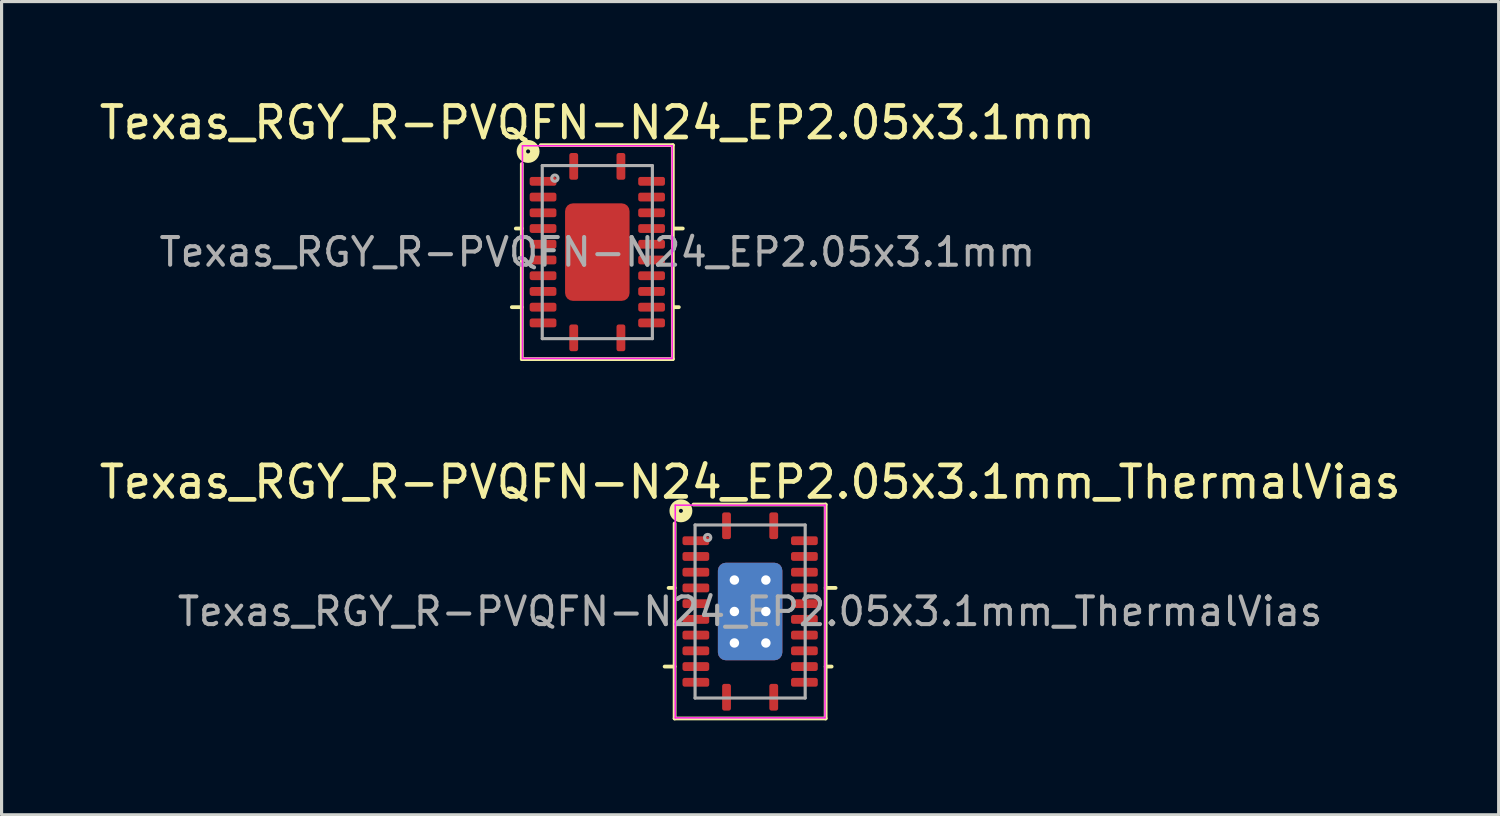
<source format=kicad_pcb>
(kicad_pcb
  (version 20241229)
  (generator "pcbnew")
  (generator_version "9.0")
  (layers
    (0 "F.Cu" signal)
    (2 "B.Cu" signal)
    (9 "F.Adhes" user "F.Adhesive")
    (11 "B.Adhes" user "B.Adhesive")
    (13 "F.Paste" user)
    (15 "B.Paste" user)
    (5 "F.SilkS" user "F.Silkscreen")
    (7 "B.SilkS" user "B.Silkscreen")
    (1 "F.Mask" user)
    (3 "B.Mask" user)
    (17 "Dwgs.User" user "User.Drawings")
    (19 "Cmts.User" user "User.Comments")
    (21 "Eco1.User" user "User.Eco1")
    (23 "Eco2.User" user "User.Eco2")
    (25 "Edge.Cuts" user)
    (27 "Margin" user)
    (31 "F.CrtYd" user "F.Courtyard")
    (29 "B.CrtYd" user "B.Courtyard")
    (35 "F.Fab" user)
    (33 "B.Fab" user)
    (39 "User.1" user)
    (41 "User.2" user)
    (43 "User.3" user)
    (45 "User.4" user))
  (footprint "Texas_RGY_R-PVQFN-N24_EP2.05x3.1mm_ThermalVias"
    (layer "F.Cu")
    (at 20.792 16.386)
    (property "Reference" "Texas_RGY_R-PVQFN-N24_EP2.05x3.1mm_ThermalVias" (at 0 -4.114 0) (layer "F.SilkS") (effects (font (size 1 1) (thickness 0.15))))
    (attr smd)
    (fp_line (start -2.4 -2.8) (end -2.4 3.4) (stroke (width 0.12) (type solid)) (layer "F.SilkS"))
    (fp_line (start -2.4 -0.75) (end -2.591 -0.75) (stroke (width 0.12) (type solid)) (layer "F.SilkS"))
    (fp_line (start -2.4 1.75) (end -2.717 1.75) (stroke (width 0.12) (type solid)) (layer "F.SilkS"))
    (fp_line (start -2.4 3.4) (end 2.4 3.4) (stroke (width 0.12) (type solid)) (layer "F.SilkS"))
    (fp_line (start 2.4 -3.4) (end -1.8 -3.4) (stroke (width 0.12) (type solid)) (layer "F.SilkS"))
    (fp_line (start 2.4 -0.75) (end 2.717 -0.75) (stroke (width 0.12) (type solid)) (layer "F.SilkS"))
    (fp_line (start 2.4 1.75) (end 2.591 1.75) (stroke (width 0.12) (type solid)) (layer "F.SilkS"))
    (fp_line (start 2.4 3.4) (end 2.4 -3.4) (stroke (width 0.12) (type solid)) (layer "F.SilkS"))
    (fp_circle (center -2.2 -3.2) (end -2.136 -3.2) (stroke (width 0.3) (type solid)) (fill no) (layer "F.SilkS"))
    (fp_line (start -2.38 -3.38) (end -2.38 3.38) (stroke (width 0.05) (type solid)) (layer "F.CrtYd"))
    (fp_line (start -2.38 3.38) (end 2.38 3.38) (stroke (width 0.05) (type solid)) (layer "F.CrtYd"))
    (fp_line (start 2.38 -3.38) (end -2.38 -3.38) (stroke (width 0.05) (type solid)) (layer "F.CrtYd"))
    (fp_line (start 2.38 3.38) (end 2.38 -3.38) (stroke (width 0.05) (type solid)) (layer "F.CrtYd"))
    (fp_line (start -1.75 -2.75) (end 1.75 -2.75) (stroke (width 0.1) (type solid)) (layer "F.Fab"))
    (fp_line (start -1.75 2.75) (end -1.75 -2.75) (stroke (width 0.1) (type solid)) (layer "F.Fab"))
    (fp_line (start 1.75 -2.75) (end 1.75 2.75) (stroke (width 0.1) (type solid)) (layer "F.Fab"))
    (fp_line (start 1.75 2.75) (end -1.75 2.75) (stroke (width 0.1) (type solid)) (layer "F.Fab"))
    (fp_circle (center -1.35 -2.35) (end -1.25 -2.35) (stroke (width 0.1) (type solid)) (fill no) (layer "F.Fab"))
    (fp_text user "${REFERENCE}" (at 0 0 0) (layer "F.Fab") (effects (font (size 0.88 0.88) (thickness 0.13))))
    (pad "" smd roundrect (at -0.56 -0.81) (size 0.82 1.32) (layers "F.Paste") (roundrect_rratio 0.25))
    (pad "" smd roundrect (at -0.56 0.81) (size 0.82 1.32) (layers "F.Paste") (roundrect_rratio 0.25))
    (pad "" smd roundrect (at 0.56 -0.81) (size 0.82 1.32) (layers "F.Paste") (roundrect_rratio 0.25))
    (pad "" smd roundrect (at 0.56 0.81) (size 0.82 1.32) (layers "F.Paste") (roundrect_rratio 0.25))
    (pad "1" smd roundrect (at -0.75 -2.725) (size 0.28 0.85) (layers "F.Cu" "F.Mask" "F.Paste") (roundrect_rratio 0.25))
    (pad "2" smd roundrect (at -1.725 -2.25) (size 0.85 0.28) (layers "F.Cu" "F.Mask" "F.Paste") (roundrect_rratio 0.25))
    (pad "3" smd roundrect (at -1.725 -1.75) (size 0.85 0.28) (layers "F.Cu" "F.Mask" "F.Paste") (roundrect_rratio 0.25))
    (pad "4" smd roundrect (at -1.725 -1.25) (size 0.85 0.28) (layers "F.Cu" "F.Mask" "F.Paste") (roundrect_rratio 0.25))
    (pad "5" smd roundrect (at -1.725 -0.75) (size 0.85 0.28) (layers "F.Cu" "F.Mask" "F.Paste") (roundrect_rratio 0.25))
    (pad "6" smd roundrect (at -1.725 -0.25) (size 0.85 0.28) (layers "F.Cu" "F.Mask" "F.Paste") (roundrect_rratio 0.25))
    (pad "7" smd roundrect (at -1.725 0.25) (size 0.85 0.28) (layers "F.Cu" "F.Mask" "F.Paste") (roundrect_rratio 0.25))
    (pad "8" smd roundrect (at -1.725 0.75) (size 0.85 0.28) (layers "F.Cu" "F.Mask" "F.Paste") (roundrect_rratio 0.25))
    (pad "9" smd roundrect (at -1.725 1.25) (size 0.85 0.28) (layers "F.Cu" "F.Mask" "F.Paste") (roundrect_rratio 0.25))
    (pad "10" smd roundrect (at -1.725 1.75) (size 0.85 0.28) (layers "F.Cu" "F.Mask" "F.Paste") (roundrect_rratio 0.25))
    (pad "11" smd roundrect (at -1.725 2.25) (size 0.85 0.28) (layers "F.Cu" "F.Mask" "F.Paste") (roundrect_rratio 0.25))
    (pad "12" smd roundrect (at -0.75 2.725) (size 0.28 0.85) (layers "F.Cu" "F.Mask" "F.Paste") (roundrect_rratio 0.25))
    (pad "13" smd roundrect (at 0.75 2.725) (size 0.28 0.85) (layers "F.Cu" "F.Mask" "F.Paste") (roundrect_rratio 0.25))
    (pad "14" smd roundrect (at 1.725 2.25) (size 0.85 0.28) (layers "F.Cu" "F.Mask" "F.Paste") (roundrect_rratio 0.25))
    (pad "15" smd roundrect (at 1.725 1.75) (size 0.85 0.28) (layers "F.Cu" "F.Mask" "F.Paste") (roundrect_rratio 0.25))
    (pad "16" smd roundrect (at 1.725 1.25) (size 0.85 0.28) (layers "F.Cu" "F.Mask" "F.Paste") (roundrect_rratio 0.25))
    (pad "17" smd roundrect (at 1.725 0.75) (size 0.85 0.28) (layers "F.Cu" "F.Mask" "F.Paste") (roundrect_rratio 0.25))
    (pad "18" smd roundrect (at 1.725 0.25) (size 0.85 0.28) (layers "F.Cu" "F.Mask" "F.Paste") (roundrect_rratio 0.25))
    (pad "19" smd roundrect (at 1.725 -0.25) (size 0.85 0.28) (layers "F.Cu" "F.Mask" "F.Paste") (roundrect_rratio 0.25))
    (pad "20" smd roundrect (at 1.725 -0.75) (size 0.85 0.28) (layers "F.Cu" "F.Mask" "F.Paste") (roundrect_rratio 0.25))
    (pad "21" smd roundrect (at 1.725 -1.25) (size 0.85 0.28) (layers "F.Cu" "F.Mask" "F.Paste") (roundrect_rratio 0.25))
    (pad "22" smd roundrect (at 1.725 -1.75) (size 0.85 0.28) (layers "F.Cu" "F.Mask" "F.Paste") (roundrect_rratio 0.25))
    (pad "23" smd roundrect (at 1.725 -2.25) (size 0.85 0.28) (layers "F.Cu" "F.Mask" "F.Paste") (roundrect_rratio 0.25))
    (pad "24" smd roundrect (at 0.75 -2.725) (size 0.28 0.85) (layers "F.Cu" "F.Mask" "F.Paste") (roundrect_rratio 0.25))
    (pad "25" thru_hole circle (at -0.5 -1) (size 0.6 0.6) (drill 0.3) (property pad_prop_heatsink) (layers "*.Cu"))
    (pad "25" thru_hole circle (at -0.5 0) (size 0.6 0.6) (drill 0.3) (property pad_prop_heatsink) (layers "*.Cu"))
    (pad "25" thru_hole circle (at -0.5 1) (size 0.6 0.6) (drill 0.3) (property pad_prop_heatsink) (layers "*.Cu"))
    (pad "25" smd roundrect (at 0 0) (size 2.05 3.1) (layers "F.Cu" "F.Mask") (roundrect_rratio 0.122))
    (pad "25" smd roundrect (at 0 0) (size 2.05 3.1) (layers "B.Cu" "B.Mask") (roundrect_rratio 0.122))
    (pad "25" thru_hole circle (at 0.5 -1) (size 0.6 0.6) (drill 0.3) (property pad_prop_heatsink) (layers "*.Cu"))
    (pad "25" thru_hole circle (at 0.5 0) (size 0.6 0.6) (drill 0.3) (property pad_prop_heatsink) (layers "*.Cu"))
    (pad "25" thru_hole circle (at 0.5 1) (size 0.6 0.6) (drill 0.3) (property pad_prop_heatsink) (layers "*.Cu")))
  (footprint "Texas_RGY_R-PVQFN-N24_EP2.05x3.1mm"
    (layer "F.Cu")
    (at 15.935 4.963)
    (property "Reference" "Texas_RGY_R-PVQFN-N24_EP2.05x3.1mm" (at 0 -4.114 0) (layer "F.SilkS") (effects (font (size 1 1) (thickness 0.15))))
    (attr smd)
    (fp_line (start -2.4 -2.8) (end -2.4 3.4) (stroke (width 0.12) (type solid)) (layer "F.SilkS"))
    (fp_line (start -2.4 -0.75) (end -2.591 -0.75) (stroke (width 0.12) (type solid)) (layer "F.SilkS"))
    (fp_line (start -2.4 1.75) (end -2.717 1.75) (stroke (width 0.12) (type solid)) (layer "F.SilkS"))
    (fp_line (start -2.4 3.4) (end 2.4 3.4) (stroke (width 0.12) (type solid)) (layer "F.SilkS"))
    (fp_line (start 2.4 -3.4) (end -1.8 -3.4) (stroke (width 0.12) (type solid)) (layer "F.SilkS"))
    (fp_line (start 2.4 -0.75) (end 2.717 -0.75) (stroke (width 0.12) (type solid)) (layer "F.SilkS"))
    (fp_line (start 2.4 1.75) (end 2.591 1.75) (stroke (width 0.12) (type solid)) (layer "F.SilkS"))
    (fp_line (start 2.4 3.4) (end 2.4 -3.4) (stroke (width 0.12) (type solid)) (layer "F.SilkS"))
    (fp_circle (center -2.2 -3.2) (end -2.136 -3.2) (stroke (width 0.3) (type solid)) (fill no) (layer "F.SilkS"))
    (fp_line (start -2.38 -3.38) (end -2.38 3.38) (stroke (width 0.05) (type solid)) (layer "F.CrtYd"))
    (fp_line (start -2.38 3.38) (end 2.38 3.38) (stroke (width 0.05) (type solid)) (layer "F.CrtYd"))
    (fp_line (start 2.38 -3.38) (end -2.38 -3.38) (stroke (width 0.05) (type solid)) (layer "F.CrtYd"))
    (fp_line (start 2.38 3.38) (end 2.38 -3.38) (stroke (width 0.05) (type solid)) (layer "F.CrtYd"))
    (fp_line (start -1.75 -2.75) (end 1.75 -2.75) (stroke (width 0.1) (type solid)) (layer "F.Fab"))
    (fp_line (start -1.75 2.75) (end -1.75 -2.75) (stroke (width 0.1) (type solid)) (layer "F.Fab"))
    (fp_line (start 1.75 -2.75) (end 1.75 2.75) (stroke (width 0.1) (type solid)) (layer "F.Fab"))
    (fp_line (start 1.75 2.75) (end -1.75 2.75) (stroke (width 0.1) (type solid)) (layer "F.Fab"))
    (fp_circle (center -1.35 -2.35) (end -1.25 -2.35) (stroke (width 0.1) (type solid)) (fill no) (layer "F.Fab"))
    (fp_text user "${REFERENCE}" (at 0 0 0) (layer "F.Fab") (effects (font (size 0.88 0.88) (thickness 0.13))))
    (pad "" smd roundrect (at -0.56 -0.81) (size 0.82 1.32) (layers "F.Paste") (roundrect_rratio 0.25))
    (pad "" smd roundrect (at -0.56 0.81) (size 0.82 1.32) (layers "F.Paste") (roundrect_rratio 0.25))
    (pad "" smd roundrect (at 0.56 -0.81) (size 0.82 1.32) (layers "F.Paste") (roundrect_rratio 0.25))
    (pad "" smd roundrect (at 0.56 0.81) (size 0.82 1.32) (layers "F.Paste") (roundrect_rratio 0.25))
    (pad "1" smd roundrect (at -0.75 -2.725) (size 0.28 0.85) (layers "F.Cu" "F.Mask" "F.Paste") (roundrect_rratio 0.25))
    (pad "2" smd roundrect (at -1.725 -2.25) (size 0.85 0.28) (layers "F.Cu" "F.Mask" "F.Paste") (roundrect_rratio 0.25))
    (pad "3" smd roundrect (at -1.725 -1.75) (size 0.85 0.28) (layers "F.Cu" "F.Mask" "F.Paste") (roundrect_rratio 0.25))
    (pad "4" smd roundrect (at -1.725 -1.25) (size 0.85 0.28) (layers "F.Cu" "F.Mask" "F.Paste") (roundrect_rratio 0.25))
    (pad "5" smd roundrect (at -1.725 -0.75) (size 0.85 0.28) (layers "F.Cu" "F.Mask" "F.Paste") (roundrect_rratio 0.25))
    (pad "6" smd roundrect (at -1.725 -0.25) (size 0.85 0.28) (layers "F.Cu" "F.Mask" "F.Paste") (roundrect_rratio 0.25))
    (pad "7" smd roundrect (at -1.725 0.25) (size 0.85 0.28) (layers "F.Cu" "F.Mask" "F.Paste") (roundrect_rratio 0.25))
    (pad "8" smd roundrect (at -1.725 0.75) (size 0.85 0.28) (layers "F.Cu" "F.Mask" "F.Paste") (roundrect_rratio 0.25))
    (pad "9" smd roundrect (at -1.725 1.25) (size 0.85 0.28) (layers "F.Cu" "F.Mask" "F.Paste") (roundrect_rratio 0.25))
    (pad "10" smd roundrect (at -1.725 1.75) (size 0.85 0.28) (layers "F.Cu" "F.Mask" "F.Paste") (roundrect_rratio 0.25))
    (pad "11" smd roundrect (at -1.725 2.25) (size 0.85 0.28) (layers "F.Cu" "F.Mask" "F.Paste") (roundrect_rratio 0.25))
    (pad "12" smd roundrect (at -0.75 2.725) (size 0.28 0.85) (layers "F.Cu" "F.Mask" "F.Paste") (roundrect_rratio 0.25))
    (pad "13" smd roundrect (at 0.75 2.725) (size 0.28 0.85) (layers "F.Cu" "F.Mask" "F.Paste") (roundrect_rratio 0.25))
    (pad "14" smd roundrect (at 1.725 2.25) (size 0.85 0.28) (layers "F.Cu" "F.Mask" "F.Paste") (roundrect_rratio 0.25))
    (pad "15" smd roundrect (at 1.725 1.75) (size 0.85 0.28) (layers "F.Cu" "F.Mask" "F.Paste") (roundrect_rratio 0.25))
    (pad "16" smd roundrect (at 1.725 1.25) (size 0.85 0.28) (layers "F.Cu" "F.Mask" "F.Paste") (roundrect_rratio 0.25))
    (pad "17" smd roundrect (at 1.725 0.75) (size 0.85 0.28) (layers "F.Cu" "F.Mask" "F.Paste") (roundrect_rratio 0.25))
    (pad "18" smd roundrect (at 1.725 0.25) (size 0.85 0.28) (layers "F.Cu" "F.Mask" "F.Paste") (roundrect_rratio 0.25))
    (pad "19" smd roundrect (at 1.725 -0.25) (size 0.85 0.28) (layers "F.Cu" "F.Mask" "F.Paste") (roundrect_rratio 0.25))
    (pad "20" smd roundrect (at 1.725 -0.75) (size 0.85 0.28) (layers "F.Cu" "F.Mask" "F.Paste") (roundrect_rratio 0.25))
    (pad "21" smd roundrect (at 1.725 -1.25) (size 0.85 0.28) (layers "F.Cu" "F.Mask" "F.Paste") (roundrect_rratio 0.25))
    (pad "22" smd roundrect (at 1.725 -1.75) (size 0.85 0.28) (layers "F.Cu" "F.Mask" "F.Paste") (roundrect_rratio 0.25))
    (pad "23" smd roundrect (at 1.725 -2.25) (size 0.85 0.28) (layers "F.Cu" "F.Mask" "F.Paste") (roundrect_rratio 0.25))
    (pad "24" smd roundrect (at 0.75 -2.725) (size 0.28 0.85) (layers "F.Cu" "F.Mask" "F.Paste") (roundrect_rratio 0.25))
    (pad "25" smd roundrect (at 0 0) (size 2.05 3.1) (layers "F.Cu" "F.Mask") (roundrect_rratio 0.122)))
  (gr_rect
    (start -3 -3)
    (end 44.583 22.846)
    (stroke (width 0.1) (type default))
    (fill no)
    (layer "Edge.Cuts")))
</source>
